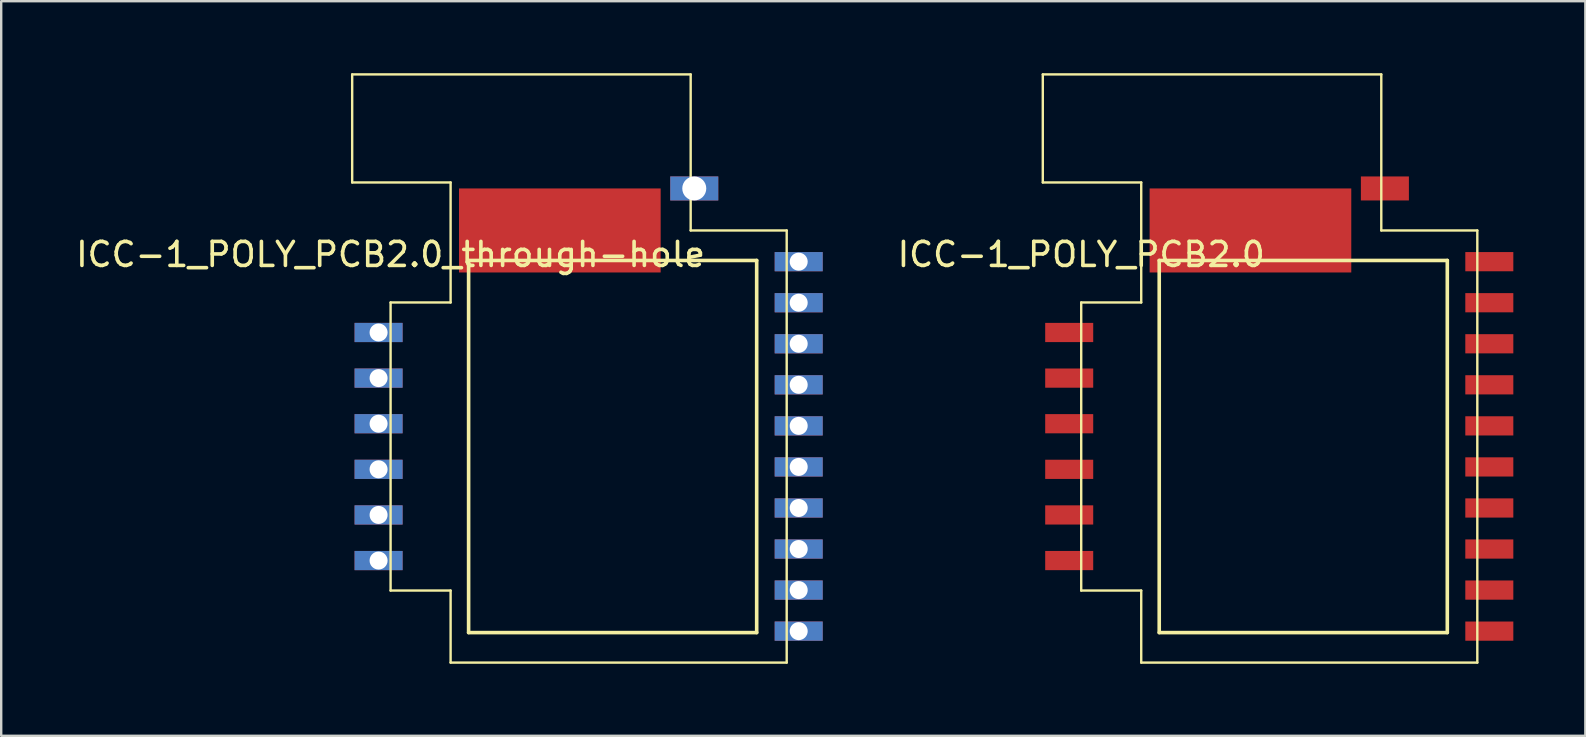
<source format=kicad_pcb>
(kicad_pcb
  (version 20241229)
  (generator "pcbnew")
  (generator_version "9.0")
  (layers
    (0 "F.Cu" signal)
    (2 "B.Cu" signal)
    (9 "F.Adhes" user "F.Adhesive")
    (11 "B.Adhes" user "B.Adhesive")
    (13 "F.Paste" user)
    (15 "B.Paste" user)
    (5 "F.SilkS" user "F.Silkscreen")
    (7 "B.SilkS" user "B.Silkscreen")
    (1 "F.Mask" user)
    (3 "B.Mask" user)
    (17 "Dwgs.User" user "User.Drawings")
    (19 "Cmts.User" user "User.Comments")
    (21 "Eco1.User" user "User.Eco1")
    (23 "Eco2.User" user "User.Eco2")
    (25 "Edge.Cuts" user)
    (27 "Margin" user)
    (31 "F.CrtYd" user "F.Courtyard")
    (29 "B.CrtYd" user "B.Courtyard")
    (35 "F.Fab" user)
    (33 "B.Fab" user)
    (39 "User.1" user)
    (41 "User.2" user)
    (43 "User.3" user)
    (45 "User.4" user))
  (footprint "ICC-1_POLY_PCB2.0"
    (layer "F.Cu")
    (at 49.438 12.3)
    (property "Reference" "ICC-1_POLY_PCB2.0" (at -7.45 -4.75 0) (layer "F.SilkS") (effects (font (size 1 1) (thickness 0.15))))
    (attr through_hole)
    (fp_line (start -9.05 -12.25) (end 5.05 -12.25) (stroke (width 0.1) (type solid)) (layer "F.SilkS"))
    (fp_line (start -9.05 -7.75) (end -9.05 -12.25) (stroke (width 0.1) (type solid)) (layer "F.SilkS"))
    (fp_line (start -7.45 -2.75) (end -4.95 -2.75) (stroke (width 0.1) (type solid)) (layer "F.SilkS"))
    (fp_line (start -7.45 9.25) (end -7.45 -2.75) (stroke (width 0.1) (type solid)) (layer "F.SilkS"))
    (fp_line (start -4.95 -7.75) (end -9.05 -7.75) (stroke (width 0.1) (type solid)) (layer "F.SilkS"))
    (fp_line (start -4.95 -2.75) (end -4.95 -7.75) (stroke (width 0.1) (type solid)) (layer "F.SilkS"))
    (fp_line (start -4.95 9.25) (end -7.45 9.25) (stroke (width 0.1) (type solid)) (layer "F.SilkS"))
    (fp_line (start -4.95 12.25) (end -4.95 9.25) (stroke (width 0.1) (type solid)) (layer "F.SilkS"))
    (fp_line (start -4.2 -4.5) (end 7.8 -4.5) (stroke (width 0.15) (type solid)) (layer "F.SilkS"))
    (fp_line (start -4.2 11) (end -4.2 -4.5) (stroke (width 0.15) (type solid)) (layer "F.SilkS"))
    (fp_line (start 5.05 -12.25) (end 5.05 -5.75) (stroke (width 0.1) (type solid)) (layer "F.SilkS"))
    (fp_line (start 5.05 -5.75) (end 9.05 -5.75) (stroke (width 0.1) (type solid)) (layer "F.SilkS"))
    (fp_line (start 7.8 -4.5) (end 7.8 11) (stroke (width 0.15) (type solid)) (layer "F.SilkS"))
    (fp_line (start 7.8 11) (end -4.2 11) (stroke (width 0.15) (type solid)) (layer "F.SilkS"))
    (fp_line (start 9.05 -5.75) (end 9.05 12.25) (stroke (width 0.1) (type solid)) (layer "F.SilkS"))
    (fp_line (start 9.05 12.25) (end -4.95 12.25) (stroke (width 0.1) (type solid)) (layer "F.SilkS"))
    (pad "1" smd rect (at -0.4 -5.75) (size 8.4 3.5) (layers "F.Cu" "F.Mask" "F.Paste"))
    (pad "1" smd rect (at 9.55 10.94) (size 2 0.8) (layers "F.Cu" "F.Mask" "F.Paste"))
    (pad "2" smd rect (at 9.55 9.23) (size 2 0.8) (layers "F.Cu" "F.Mask" "F.Paste"))
    (pad "3" smd rect (at 9.55 7.52) (size 2 0.8) (layers "F.Cu" "F.Mask" "F.Paste"))
    (pad "4" smd rect (at 9.55 5.81) (size 2 0.8) (layers "F.Cu" "F.Mask" "F.Paste"))
    (pad "5" smd rect (at 9.55 4.1) (size 2 0.8) (layers "F.Cu" "F.Mask" "F.Paste"))
    (pad "6" smd rect (at 9.55 2.39) (size 2 0.8) (layers "F.Cu" "F.Mask" "F.Paste"))
    (pad "7" smd rect (at 9.55 0.68) (size 2 0.8) (layers "F.Cu" "F.Mask" "F.Paste"))
    (pad "8" smd rect (at 9.55 -1.03) (size 2 0.8) (layers "F.Cu" "F.Mask" "F.Paste"))
    (pad "9" smd rect (at 9.55 -2.74) (size 2 0.8) (layers "F.Cu" "F.Mask" "F.Paste"))
    (pad "10" smd rect (at 9.55 -4.45) (size 2 0.8) (layers "F.Cu" "F.Mask" "F.Paste"))
    (pad "11" smd rect (at -7.95 8) (size 2 0.8) (layers "F.Cu" "F.Mask" "F.Paste"))
    (pad "12" smd rect (at -7.95 6.1) (size 2 0.8) (layers "F.Cu" "F.Mask" "F.Paste"))
    (pad "13" smd rect (at -7.95 4.2) (size 2 0.8) (layers "F.Cu" "F.Mask" "F.Paste"))
    (pad "14" smd rect (at -7.95 2.3) (size 2 0.8) (layers "F.Cu" "F.Mask" "F.Paste"))
    (pad "15" smd rect (at -7.95 0.4) (size 2 0.8) (layers "F.Cu" "F.Mask" "F.Paste"))
    (pad "16" smd rect (at -7.95 -1.5) (size 2 0.8) (layers "F.Cu" "F.Mask" "F.Paste"))
    (pad "17" smd rect (at 5.2 -7.5) (size 2 1) (layers "F.Cu" "F.Mask" "F.Paste")))
  (footprint "ICC-1_POLY_PCB2.0_through-hole"
    (layer "F.Cu")
    (at 20.67 12.3)
    (property "Reference" "ICC-1_POLY_PCB2.0_through-hole" (at -7.45 -4.75 0) (layer "F.SilkS") (effects (font (size 1 1) (thickness 0.15))))
    (attr through_hole)
    (fp_line (start -9.05 -12.25) (end 5.05 -12.25) (stroke (width 0.1) (type solid)) (layer "F.SilkS"))
    (fp_line (start -9.05 -7.75) (end -9.05 -12.25) (stroke (width 0.1) (type solid)) (layer "F.SilkS"))
    (fp_line (start -7.45 -2.75) (end -4.95 -2.75) (stroke (width 0.1) (type solid)) (layer "F.SilkS"))
    (fp_line (start -7.45 9.25) (end -7.45 -2.75) (stroke (width 0.1) (type solid)) (layer "F.SilkS"))
    (fp_line (start -4.95 -7.75) (end -9.05 -7.75) (stroke (width 0.1) (type solid)) (layer "F.SilkS"))
    (fp_line (start -4.95 -2.75) (end -4.95 -7.75) (stroke (width 0.1) (type solid)) (layer "F.SilkS"))
    (fp_line (start -4.95 9.25) (end -7.45 9.25) (stroke (width 0.1) (type solid)) (layer "F.SilkS"))
    (fp_line (start -4.95 12.25) (end -4.95 9.25) (stroke (width 0.1) (type solid)) (layer "F.SilkS"))
    (fp_line (start -4.2 -4.5) (end 7.8 -4.5) (stroke (width 0.15) (type solid)) (layer "F.SilkS"))
    (fp_line (start -4.2 11) (end -4.2 -4.5) (stroke (width 0.15) (type solid)) (layer "F.SilkS"))
    (fp_line (start 5.05 -12.25) (end 5.05 -5.75) (stroke (width 0.1) (type solid)) (layer "F.SilkS"))
    (fp_line (start 5.05 -5.75) (end 9.05 -5.75) (stroke (width 0.1) (type solid)) (layer "F.SilkS"))
    (fp_line (start 7.8 -4.5) (end 7.8 11) (stroke (width 0.15) (type solid)) (layer "F.SilkS"))
    (fp_line (start 7.8 11) (end -4.2 11) (stroke (width 0.15) (type solid)) (layer "F.SilkS"))
    (fp_line (start 9.05 -5.75) (end 9.05 12.25) (stroke (width 0.1) (type solid)) (layer "F.SilkS"))
    (fp_line (start 9.05 12.25) (end -4.95 12.25) (stroke (width 0.1) (type solid)) (layer "F.SilkS"))
    (pad "1" smd rect (at -0.4 -5.75) (size 8.4 3.5) (layers "F.Cu" "F.Mask" "F.Paste"))
    (pad "1" thru_hole rect (at 9.55 10.94) (size 2 0.8) (drill 0.75) (layers "*.Cu" "*.Mask"))
    (pad "2" thru_hole rect (at 9.55 9.23) (size 2 0.8) (drill 0.75) (layers "*.Cu" "*.Mask"))
    (pad "3" thru_hole rect (at 9.55 7.52) (size 2 0.8) (drill 0.75) (layers "*.Cu" "*.Mask"))
    (pad "4" thru_hole rect (at 9.55 5.81) (size 2 0.8) (drill 0.75) (layers "*.Cu" "*.Mask"))
    (pad "5" thru_hole rect (at 9.55 4.1) (size 2 0.8) (drill 0.75) (layers "*.Cu" "*.Mask"))
    (pad "6" thru_hole rect (at 9.55 2.39) (size 2 0.8) (drill 0.75) (layers "*.Cu" "*.Mask"))
    (pad "7" thru_hole rect (at 9.55 0.68) (size 2 0.8) (drill 0.75) (layers "*.Cu" "*.Mask"))
    (pad "8" thru_hole rect (at 9.55 -1.03) (size 2 0.8) (drill 0.75) (layers "*.Cu" "*.Mask"))
    (pad "9" thru_hole rect (at 9.55 -2.74) (size 2 0.8) (drill 0.75) (layers "*.Cu" "*.Mask"))
    (pad "10" thru_hole rect (at 9.55 -4.45) (size 2 0.8) (drill 0.75) (layers "*.Cu" "*.Mask"))
    (pad "11" thru_hole rect (at -7.95 8) (size 2 0.8) (drill 0.75) (layers "*.Cu" "*.Mask"))
    (pad "12" thru_hole rect (at -7.95 6.1) (size 2 0.8) (drill 0.75) (layers "*.Cu" "*.Mask"))
    (pad "13" thru_hole rect (at -7.95 4.2) (size 2 0.8) (drill 0.75) (layers "*.Cu" "*.Mask"))
    (pad "14" thru_hole rect (at -7.95 2.3) (size 2 0.8) (drill 0.75) (layers "*.Cu" "*.Mask"))
    (pad "15" thru_hole rect (at -7.95 0.4) (size 2 0.8) (drill 0.75) (layers "*.Cu" "*.Mask"))
    (pad "16" thru_hole rect (at -7.95 -1.5) (size 2 0.8) (drill 0.75) (layers "*.Cu" "*.Mask"))
    (pad "17" thru_hole rect (at 5.2 -7.5) (size 2 1) (drill 1) (layers "*.Cu" "*.Mask")))
  (gr_rect
    (start -3 -3)
    (end 62.988 27.6)
    (stroke (width 0.1) (type default))
    (fill no)
    (layer "Edge.Cuts")))
</source>
